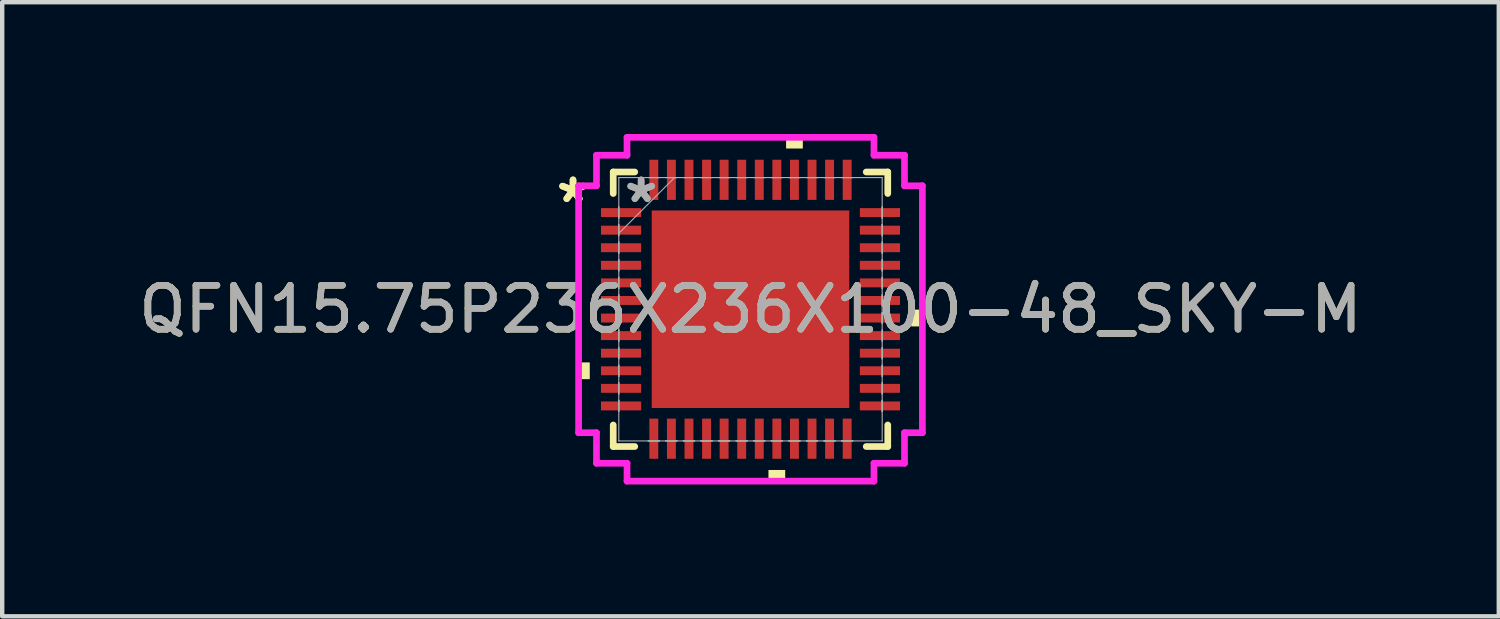
<source format=kicad_pcb>
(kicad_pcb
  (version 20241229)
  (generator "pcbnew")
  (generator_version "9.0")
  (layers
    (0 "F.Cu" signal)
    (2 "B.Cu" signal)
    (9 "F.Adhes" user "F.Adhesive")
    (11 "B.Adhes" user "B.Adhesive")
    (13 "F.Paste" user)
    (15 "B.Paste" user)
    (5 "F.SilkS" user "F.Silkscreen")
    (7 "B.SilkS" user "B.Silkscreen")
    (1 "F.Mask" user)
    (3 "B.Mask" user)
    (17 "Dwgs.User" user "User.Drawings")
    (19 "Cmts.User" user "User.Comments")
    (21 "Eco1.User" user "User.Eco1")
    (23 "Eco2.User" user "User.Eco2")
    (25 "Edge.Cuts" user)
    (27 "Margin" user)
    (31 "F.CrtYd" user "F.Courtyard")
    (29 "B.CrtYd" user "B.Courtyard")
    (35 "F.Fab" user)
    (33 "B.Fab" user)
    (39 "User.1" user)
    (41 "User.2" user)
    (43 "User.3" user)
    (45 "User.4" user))
  (footprint "QFN15.75P236X236X100-48_SKY-M"
    (layer "F.Cu")
    (at 14.03 3.988)
    (property "Reference" "QFN15.75P236X236X100-48_SKY-M" (at 0 0 0) (unlocked yes) (layer "F.SilkS") (effects (font (size 1 1) (thickness 0.15))))
    (attr smd)
    (fp_line (start -3.124 -3.124) (end -3.124 -2.634) (stroke (width 0.152) (type solid)) (layer "F.SilkS"))
    (fp_line (start -3.124 2.634) (end -3.124 3.124) (stroke (width 0.152) (type solid)) (layer "F.SilkS"))
    (fp_line (start -3.124 3.124) (end -2.634 3.124) (stroke (width 0.152) (type solid)) (layer "F.SilkS"))
    (fp_line (start -2.634 -3.124) (end -3.124 -3.124) (stroke (width 0.152) (type solid)) (layer "F.SilkS"))
    (fp_line (start 2.634 3.124) (end 3.124 3.124) (stroke (width 0.152) (type solid)) (layer "F.SilkS"))
    (fp_line (start 3.124 -3.124) (end 2.634 -3.124) (stroke (width 0.152) (type solid)) (layer "F.SilkS"))
    (fp_line (start 3.124 -2.634) (end 3.124 -3.124) (stroke (width 0.152) (type solid)) (layer "F.SilkS"))
    (fp_line (start 3.124 3.124) (end 3.124 2.634) (stroke (width 0.152) (type solid)) (layer "F.SilkS"))
    (fp_poly (pts (xy -3.912 1.21) (xy -3.912 1.591) (xy -3.658 1.591) (xy -3.658 1.21)) (stroke (width 0) (type solid)) (fill yes) (layer "F.SilkS"))
    (fp_poly (pts (xy 0.409 3.658) (xy 0.409 3.912) (xy 0.79 3.912) (xy 0.79 3.658)) (stroke (width 0) (type solid)) (fill yes) (layer "F.SilkS"))
    (fp_poly (pts (xy 0.81 -3.658) (xy 0.81 -3.912) (xy 1.191 -3.912) (xy 1.191 -3.658)) (stroke (width 0) (type solid)) (fill yes) (layer "F.SilkS"))
    (fp_poly (pts (xy 3.912 0.009) (xy 3.912 0.391) (xy 3.658 0.391) (xy 3.658 0.009)) (stroke (width 0) (type solid)) (fill yes) (layer "F.SilkS"))
    (fp_poly (pts (xy -2.148 -2.148) (xy -2.148 -0.849) (xy -0.849 -0.849) (xy -0.849 -2.148)) (stroke (width 0) (type solid)) (fill yes) (layer "F.Paste"))
    (fp_poly (pts (xy -2.148 -0.649) (xy -2.148 0.649) (xy -0.849 0.649) (xy -0.849 -0.649)) (stroke (width 0) (type solid)) (fill yes) (layer "F.Paste"))
    (fp_poly (pts (xy -2.148 0.849) (xy -2.148 2.148) (xy -0.849 2.148) (xy -0.849 0.849)) (stroke (width 0) (type solid)) (fill yes) (layer "F.Paste"))
    (fp_poly (pts (xy -0.649 -2.148) (xy -0.649 -0.849) (xy 0.649 -0.849) (xy 0.649 -2.148)) (stroke (width 0) (type solid)) (fill yes) (layer "F.Paste"))
    (fp_poly (pts (xy -0.649 -0.649) (xy -0.649 0.649) (xy 0.649 0.649) (xy 0.649 -0.649)) (stroke (width 0) (type solid)) (fill yes) (layer "F.Paste"))
    (fp_poly (pts (xy -0.649 0.849) (xy -0.649 2.148) (xy 0.649 2.148) (xy 0.649 0.849)) (stroke (width 0) (type solid)) (fill yes) (layer "F.Paste"))
    (fp_poly (pts (xy 0.849 -2.148) (xy 0.849 -0.849) (xy 2.148 -0.849) (xy 2.148 -2.148)) (stroke (width 0) (type solid)) (fill yes) (layer "F.Paste"))
    (fp_poly (pts (xy 0.849 -0.649) (xy 0.849 0.649) (xy 2.148 0.649) (xy 2.148 -0.649)) (stroke (width 0) (type solid)) (fill yes) (layer "F.Paste"))
    (fp_poly (pts (xy 0.849 0.849) (xy 0.849 2.148) (xy 2.148 2.148) (xy 2.148 0.849)) (stroke (width 0) (type solid)) (fill yes) (layer "F.Paste"))
    (fp_line (start -3.912 -2.81) (end -3.505 -2.81) (stroke (width 0.152) (type solid)) (layer "F.CrtYd"))
    (fp_line (start -3.912 2.81) (end -3.912 -2.81) (stroke (width 0.152) (type solid)) (layer "F.CrtYd"))
    (fp_line (start -3.505 -3.505) (end -2.81 -3.505) (stroke (width 0.152) (type solid)) (layer "F.CrtYd"))
    (fp_line (start -3.505 -2.81) (end -3.505 -3.505) (stroke (width 0.152) (type solid)) (layer "F.CrtYd"))
    (fp_line (start -3.505 2.81) (end -3.912 2.81) (stroke (width 0.152) (type solid)) (layer "F.CrtYd"))
    (fp_line (start -3.505 3.505) (end -3.505 2.81) (stroke (width 0.152) (type solid)) (layer "F.CrtYd"))
    (fp_line (start -2.81 -3.912) (end 2.81 -3.912) (stroke (width 0.152) (type solid)) (layer "F.CrtYd"))
    (fp_line (start -2.81 -3.505) (end -2.81 -3.912) (stroke (width 0.152) (type solid)) (layer "F.CrtYd"))
    (fp_line (start -2.81 3.505) (end -3.505 3.505) (stroke (width 0.152) (type solid)) (layer "F.CrtYd"))
    (fp_line (start -2.81 3.912) (end -2.81 3.505) (stroke (width 0.152) (type solid)) (layer "F.CrtYd"))
    (fp_line (start 2.81 -3.912) (end 2.81 -3.505) (stroke (width 0.152) (type solid)) (layer "F.CrtYd"))
    (fp_line (start 2.81 -3.505) (end 3.505 -3.505) (stroke (width 0.152) (type solid)) (layer "F.CrtYd"))
    (fp_line (start 2.81 3.505) (end 2.81 3.912) (stroke (width 0.152) (type solid)) (layer "F.CrtYd"))
    (fp_line (start 2.81 3.912) (end -2.81 3.912) (stroke (width 0.152) (type solid)) (layer "F.CrtYd"))
    (fp_line (start 3.505 -3.505) (end 3.505 -2.81) (stroke (width 0.152) (type solid)) (layer "F.CrtYd"))
    (fp_line (start 3.505 -2.81) (end 3.912 -2.81) (stroke (width 0.152) (type solid)) (layer "F.CrtYd"))
    (fp_line (start 3.505 2.81) (end 3.505 3.505) (stroke (width 0.152) (type solid)) (layer "F.CrtYd"))
    (fp_line (start 3.505 3.505) (end 2.81 3.505) (stroke (width 0.152) (type solid)) (layer "F.CrtYd"))
    (fp_line (start 3.912 -2.81) (end 3.912 2.81) (stroke (width 0.152) (type solid)) (layer "F.CrtYd"))
    (fp_line (start 3.912 2.81) (end 3.505 2.81) (stroke (width 0.152) (type solid)) (layer "F.CrtYd"))
    (fp_line (start -2.997 -2.997) (end -2.997 -2.997) (stroke (width 0.025) (type solid)) (layer "F.Fab"))
    (fp_line (start -2.997 -2.997) (end -2.997 2.997) (stroke (width 0.025) (type solid)) (layer "F.Fab"))
    (fp_line (start -2.997 -2.327) (end -2.997 -2.327) (stroke (width 0.025) (type solid)) (layer "F.Fab"))
    (fp_line (start -2.997 -2.327) (end -2.997 -2.073) (stroke (width 0.025) (type solid)) (layer "F.Fab"))
    (fp_line (start -2.997 -2.073) (end -2.997 -2.327) (stroke (width 0.025) (type solid)) (layer "F.Fab"))
    (fp_line (start -2.997 -2.073) (end -2.997 -2.073) (stroke (width 0.025) (type solid)) (layer "F.Fab"))
    (fp_line (start -2.997 -1.927) (end -2.997 -1.927) (stroke (width 0.025) (type solid)) (layer "F.Fab"))
    (fp_line (start -2.997 -1.927) (end -2.997 -1.673) (stroke (width 0.025) (type solid)) (layer "F.Fab"))
    (fp_line (start -2.997 -1.727) (end -1.727 -2.997) (stroke (width 0.025) (type solid)) (layer "F.Fab"))
    (fp_line (start -2.997 -1.673) (end -2.997 -1.927) (stroke (width 0.025) (type solid)) (layer "F.Fab"))
    (fp_line (start -2.997 -1.673) (end -2.997 -1.673) (stroke (width 0.025) (type solid)) (layer "F.Fab"))
    (fp_line (start -2.997 -1.527) (end -2.997 -1.527) (stroke (width 0.025) (type solid)) (layer "F.Fab"))
    (fp_line (start -2.997 -1.527) (end -2.997 -1.273) (stroke (width 0.025) (type solid)) (layer "F.Fab"))
    (fp_line (start -2.997 -1.273) (end -2.997 -1.527) (stroke (width 0.025) (type solid)) (layer "F.Fab"))
    (fp_line (start -2.997 -1.273) (end -2.997 -1.273) (stroke (width 0.025) (type solid)) (layer "F.Fab"))
    (fp_line (start -2.997 -1.127) (end -2.997 -1.127) (stroke (width 0.025) (type solid)) (layer "F.Fab"))
    (fp_line (start -2.997 -1.127) (end -2.997 -0.873) (stroke (width 0.025) (type solid)) (layer "F.Fab"))
    (fp_line (start -2.997 -0.873) (end -2.997 -1.127) (stroke (width 0.025) (type solid)) (layer "F.Fab"))
    (fp_line (start -2.997 -0.873) (end -2.997 -0.873) (stroke (width 0.025) (type solid)) (layer "F.Fab"))
    (fp_line (start -2.997 -0.727) (end -2.997 -0.727) (stroke (width 0.025) (type solid)) (layer "F.Fab"))
    (fp_line (start -2.997 -0.727) (end -2.997 -0.473) (stroke (width 0.025) (type solid)) (layer "F.Fab"))
    (fp_line (start -2.997 -0.473) (end -2.997 -0.727) (stroke (width 0.025) (type solid)) (layer "F.Fab"))
    (fp_line (start -2.997 -0.473) (end -2.997 -0.473) (stroke (width 0.025) (type solid)) (layer "F.Fab"))
    (fp_line (start -2.997 -0.327) (end -2.997 -0.327) (stroke (width 0.025) (type solid)) (layer "F.Fab"))
    (fp_line (start -2.997 -0.327) (end -2.997 -0.073) (stroke (width 0.025) (type solid)) (layer "F.Fab"))
    (fp_line (start -2.997 -0.073) (end -2.997 -0.327) (stroke (width 0.025) (type solid)) (layer "F.Fab"))
    (fp_line (start -2.997 -0.073) (end -2.997 -0.073) (stroke (width 0.025) (type solid)) (layer "F.Fab"))
    (fp_line (start -2.997 0.073) (end -2.997 0.073) (stroke (width 0.025) (type solid)) (layer "F.Fab"))
    (fp_line (start -2.997 0.073) (end -2.997 0.327) (stroke (width 0.025) (type solid)) (layer "F.Fab"))
    (fp_line (start -2.997 0.327) (end -2.997 0.073) (stroke (width 0.025) (type solid)) (layer "F.Fab"))
    (fp_line (start -2.997 0.327) (end -2.997 0.327) (stroke (width 0.025) (type solid)) (layer "F.Fab"))
    (fp_line (start -2.997 0.473) (end -2.997 0.473) (stroke (width 0.025) (type solid)) (layer "F.Fab"))
    (fp_line (start -2.997 0.473) (end -2.997 0.727) (stroke (width 0.025) (type solid)) (layer "F.Fab"))
    (fp_line (start -2.997 0.727) (end -2.997 0.473) (stroke (width 0.025) (type solid)) (layer "F.Fab"))
    (fp_line (start -2.997 0.727) (end -2.997 0.727) (stroke (width 0.025) (type solid)) (layer "F.Fab"))
    (fp_line (start -2.997 0.873) (end -2.997 0.873) (stroke (width 0.025) (type solid)) (layer "F.Fab"))
    (fp_line (start -2.997 0.873) (end -2.997 1.127) (stroke (width 0.025) (type solid)) (layer "F.Fab"))
    (fp_line (start -2.997 1.127) (end -2.997 0.873) (stroke (width 0.025) (type solid)) (layer "F.Fab"))
    (fp_line (start -2.997 1.127) (end -2.997 1.127) (stroke (width 0.025) (type solid)) (layer "F.Fab"))
    (fp_line (start -2.997 1.273) (end -2.997 1.273) (stroke (width 0.025) (type solid)) (layer "F.Fab"))
    (fp_line (start -2.997 1.273) (end -2.997 1.527) (stroke (width 0.025) (type solid)) (layer "F.Fab"))
    (fp_line (start -2.997 1.527) (end -2.997 1.273) (stroke (width 0.025) (type solid)) (layer "F.Fab"))
    (fp_line (start -2.997 1.527) (end -2.997 1.527) (stroke (width 0.025) (type solid)) (layer "F.Fab"))
    (fp_line (start -2.997 1.673) (end -2.997 1.673) (stroke (width 0.025) (type solid)) (layer "F.Fab"))
    (fp_line (start -2.997 1.673) (end -2.997 1.927) (stroke (width 0.025) (type solid)) (layer "F.Fab"))
    (fp_line (start -2.997 1.927) (end -2.997 1.673) (stroke (width 0.025) (type solid)) (layer "F.Fab"))
    (fp_line (start -2.997 1.927) (end -2.997 1.927) (stroke (width 0.025) (type solid)) (layer "F.Fab"))
    (fp_line (start -2.997 2.073) (end -2.997 2.073) (stroke (width 0.025) (type solid)) (layer "F.Fab"))
    (fp_line (start -2.997 2.073) (end -2.997 2.327) (stroke (width 0.025) (type solid)) (layer "F.Fab"))
    (fp_line (start -2.997 2.327) (end -2.997 2.073) (stroke (width 0.025) (type solid)) (layer "F.Fab"))
    (fp_line (start -2.997 2.327) (end -2.997 2.327) (stroke (width 0.025) (type solid)) (layer "F.Fab"))
    (fp_line (start -2.997 2.997) (end -2.997 2.997) (stroke (width 0.025) (type solid)) (layer "F.Fab"))
    (fp_line (start -2.997 2.997) (end 2.997 2.997) (stroke (width 0.025) (type solid)) (layer "F.Fab"))
    (fp_line (start -2.327 -2.997) (end -2.327 -2.997) (stroke (width 0.025) (type solid)) (layer "F.Fab"))
    (fp_line (start -2.327 -2.997) (end -2.073 -2.997) (stroke (width 0.025) (type solid)) (layer "F.Fab"))
    (fp_line (start -2.327 2.997) (end -2.327 2.997) (stroke (width 0.025) (type solid)) (layer "F.Fab"))
    (fp_line (start -2.327 2.997) (end -2.073 2.997) (stroke (width 0.025) (type solid)) (layer "F.Fab"))
    (fp_line (start -2.073 -2.997) (end -2.327 -2.997) (stroke (width 0.025) (type solid)) (layer "F.Fab"))
    (fp_line (start -2.073 -2.997) (end -2.073 -2.997) (stroke (width 0.025) (type solid)) (layer "F.Fab"))
    (fp_line (start -2.073 2.997) (end -2.327 2.997) (stroke (width 0.025) (type solid)) (layer "F.Fab"))
    (fp_line (start -2.073 2.997) (end -2.073 2.997) (stroke (width 0.025) (type solid)) (layer "F.Fab"))
    (fp_line (start -1.927 -2.997) (end -1.927 -2.997) (stroke (width 0.025) (type solid)) (layer "F.Fab"))
    (fp_line (start -1.927 -2.997) (end -1.673 -2.997) (stroke (width 0.025) (type solid)) (layer "F.Fab"))
    (fp_line (start -1.927 2.997) (end -1.927 2.997) (stroke (width 0.025) (type solid)) (layer "F.Fab"))
    (fp_line (start -1.927 2.997) (end -1.673 2.997) (stroke (width 0.025) (type solid)) (layer "F.Fab"))
    (fp_line (start -1.673 -2.997) (end -1.927 -2.997) (stroke (width 0.025) (type solid)) (layer "F.Fab"))
    (fp_line (start -1.673 -2.997) (end -1.673 -2.997) (stroke (width 0.025) (type solid)) (layer "F.Fab"))
    (fp_line (start -1.673 2.997) (end -1.927 2.997) (stroke (width 0.025) (type solid)) (layer "F.Fab"))
    (fp_line (start -1.673 2.997) (end -1.673 2.997) (stroke (width 0.025) (type solid)) (layer "F.Fab"))
    (fp_line (start -1.527 -2.997) (end -1.527 -2.997) (stroke (width 0.025) (type solid)) (layer "F.Fab"))
    (fp_line (start -1.527 -2.997) (end -1.273 -2.997) (stroke (width 0.025) (type solid)) (layer "F.Fab"))
    (fp_line (start -1.527 2.997) (end -1.527 2.997) (stroke (width 0.025) (type solid)) (layer "F.Fab"))
    (fp_line (start -1.527 2.997) (end -1.273 2.997) (stroke (width 0.025) (type solid)) (layer "F.Fab"))
    (fp_line (start -1.273 -2.997) (end -1.527 -2.997) (stroke (width 0.025) (type solid)) (layer "F.Fab"))
    (fp_line (start -1.273 -2.997) (end -1.273 -2.997) (stroke (width 0.025) (type solid)) (layer "F.Fab"))
    (fp_line (start -1.273 2.997) (end -1.527 2.997) (stroke (width 0.025) (type solid)) (layer "F.Fab"))
    (fp_line (start -1.273 2.997) (end -1.273 2.997) (stroke (width 0.025) (type solid)) (layer "F.Fab"))
    (fp_line (start -1.127 -2.997) (end -1.127 -2.997) (stroke (width 0.025) (type solid)) (layer "F.Fab"))
    (fp_line (start -1.127 -2.997) (end -0.873 -2.997) (stroke (width 0.025) (type solid)) (layer "F.Fab"))
    (fp_line (start -1.127 2.997) (end -1.127 2.997) (stroke (width 0.025) (type solid)) (layer "F.Fab"))
    (fp_line (start -1.127 2.997) (end -0.873 2.997) (stroke (width 0.025) (type solid)) (layer "F.Fab"))
    (fp_line (start -0.873 -2.997) (end -1.127 -2.997) (stroke (width 0.025) (type solid)) (layer "F.Fab"))
    (fp_line (start -0.873 -2.997) (end -0.873 -2.997) (stroke (width 0.025) (type solid)) (layer "F.Fab"))
    (fp_line (start -0.873 2.997) (end -1.127 2.997) (stroke (width 0.025) (type solid)) (layer "F.Fab"))
    (fp_line (start -0.873 2.997) (end -0.873 2.997) (stroke (width 0.025) (type solid)) (layer "F.Fab"))
    (fp_line (start -0.727 -2.997) (end -0.727 -2.997) (stroke (width 0.025) (type solid)) (layer "F.Fab"))
    (fp_line (start -0.727 -2.997) (end -0.473 -2.997) (stroke (width 0.025) (type solid)) (layer "F.Fab"))
    (fp_line (start -0.727 2.997) (end -0.727 2.997) (stroke (width 0.025) (type solid)) (layer "F.Fab"))
    (fp_line (start -0.727 2.997) (end -0.473 2.997) (stroke (width 0.025) (type solid)) (layer "F.Fab"))
    (fp_line (start -0.473 -2.997) (end -0.727 -2.997) (stroke (width 0.025) (type solid)) (layer "F.Fab"))
    (fp_line (start -0.473 -2.997) (end -0.473 -2.997) (stroke (width 0.025) (type solid)) (layer "F.Fab"))
    (fp_line (start -0.473 2.997) (end -0.727 2.997) (stroke (width 0.025) (type solid)) (layer "F.Fab"))
    (fp_line (start -0.473 2.997) (end -0.473 2.997) (stroke (width 0.025) (type solid)) (layer "F.Fab"))
    (fp_line (start -0.327 -2.997) (end -0.327 -2.997) (stroke (width 0.025) (type solid)) (layer "F.Fab"))
    (fp_line (start -0.327 -2.997) (end -0.073 -2.997) (stroke (width 0.025) (type solid)) (layer "F.Fab"))
    (fp_line (start -0.327 2.997) (end -0.327 2.997) (stroke (width 0.025) (type solid)) (layer "F.Fab"))
    (fp_line (start -0.327 2.997) (end -0.073 2.997) (stroke (width 0.025) (type solid)) (layer "F.Fab"))
    (fp_line (start -0.073 -2.997) (end -0.327 -2.997) (stroke (width 0.025) (type solid)) (layer "F.Fab"))
    (fp_line (start -0.073 -2.997) (end -0.073 -2.997) (stroke (width 0.025) (type solid)) (layer "F.Fab"))
    (fp_line (start -0.073 2.997) (end -0.327 2.997) (stroke (width 0.025) (type solid)) (layer "F.Fab"))
    (fp_line (start -0.073 2.997) (end -0.073 2.997) (stroke (width 0.025) (type solid)) (layer "F.Fab"))
    (fp_line (start 0.073 -2.997) (end 0.073 -2.997) (stroke (width 0.025) (type solid)) (layer "F.Fab"))
    (fp_line (start 0.073 -2.997) (end 0.327 -2.997) (stroke (width 0.025) (type solid)) (layer "F.Fab"))
    (fp_line (start 0.073 2.997) (end 0.073 2.997) (stroke (width 0.025) (type solid)) (layer "F.Fab"))
    (fp_line (start 0.073 2.997) (end 0.327 2.997) (stroke (width 0.025) (type solid)) (layer "F.Fab"))
    (fp_line (start 0.327 -2.997) (end 0.073 -2.997) (stroke (width 0.025) (type solid)) (layer "F.Fab"))
    (fp_line (start 0.327 -2.997) (end 0.327 -2.997) (stroke (width 0.025) (type solid)) (layer "F.Fab"))
    (fp_line (start 0.327 2.997) (end 0.073 2.997) (stroke (width 0.025) (type solid)) (layer "F.Fab"))
    (fp_line (start 0.327 2.997) (end 0.327 2.997) (stroke (width 0.025) (type solid)) (layer "F.Fab"))
    (fp_line (start 0.473 -2.997) (end 0.473 -2.997) (stroke (width 0.025) (type solid)) (layer "F.Fab"))
    (fp_line (start 0.473 -2.997) (end 0.727 -2.997) (stroke (width 0.025) (type solid)) (layer "F.Fab"))
    (fp_line (start 0.473 2.997) (end 0.473 2.997) (stroke (width 0.025) (type solid)) (layer "F.Fab"))
    (fp_line (start 0.473 2.997) (end 0.727 2.997) (stroke (width 0.025) (type solid)) (layer "F.Fab"))
    (fp_line (start 0.727 -2.997) (end 0.473 -2.997) (stroke (width 0.025) (type solid)) (layer "F.Fab"))
    (fp_line (start 0.727 -2.997) (end 0.727 -2.997) (stroke (width 0.025) (type solid)) (layer "F.Fab"))
    (fp_line (start 0.727 2.997) (end 0.473 2.997) (stroke (width 0.025) (type solid)) (layer "F.Fab"))
    (fp_line (start 0.727 2.997) (end 0.727 2.997) (stroke (width 0.025) (type solid)) (layer "F.Fab"))
    (fp_line (start 0.873 -2.997) (end 0.873 -2.997) (stroke (width 0.025) (type solid)) (layer "F.Fab"))
    (fp_line (start 0.873 -2.997) (end 1.127 -2.997) (stroke (width 0.025) (type solid)) (layer "F.Fab"))
    (fp_line (start 0.873 2.997) (end 0.873 2.997) (stroke (width 0.025) (type solid)) (layer "F.Fab"))
    (fp_line (start 0.873 2.997) (end 1.127 2.997) (stroke (width 0.025) (type solid)) (layer "F.Fab"))
    (fp_line (start 1.127 -2.997) (end 0.873 -2.997) (stroke (width 0.025) (type solid)) (layer "F.Fab"))
    (fp_line (start 1.127 -2.997) (end 1.127 -2.997) (stroke (width 0.025) (type solid)) (layer "F.Fab"))
    (fp_line (start 1.127 2.997) (end 0.873 2.997) (stroke (width 0.025) (type solid)) (layer "F.Fab"))
    (fp_line (start 1.127 2.997) (end 1.127 2.997) (stroke (width 0.025) (type solid)) (layer "F.Fab"))
    (fp_line (start 1.273 -2.997) (end 1.273 -2.997) (stroke (width 0.025) (type solid)) (layer "F.Fab"))
    (fp_line (start 1.273 -2.997) (end 1.527 -2.997) (stroke (width 0.025) (type solid)) (layer "F.Fab"))
    (fp_line (start 1.273 2.997) (end 1.273 2.997) (stroke (width 0.025) (type solid)) (layer "F.Fab"))
    (fp_line (start 1.273 2.997) (end 1.527 2.997) (stroke (width 0.025) (type solid)) (layer "F.Fab"))
    (fp_line (start 1.527 -2.997) (end 1.273 -2.997) (stroke (width 0.025) (type solid)) (layer "F.Fab"))
    (fp_line (start 1.527 -2.997) (end 1.527 -2.997) (stroke (width 0.025) (type solid)) (layer "F.Fab"))
    (fp_line (start 1.527 2.997) (end 1.273 2.997) (stroke (width 0.025) (type solid)) (layer "F.Fab"))
    (fp_line (start 1.527 2.997) (end 1.527 2.997) (stroke (width 0.025) (type solid)) (layer "F.Fab"))
    (fp_line (start 1.673 -2.997) (end 1.673 -2.997) (stroke (width 0.025) (type solid)) (layer "F.Fab"))
    (fp_line (start 1.673 -2.997) (end 1.927 -2.997) (stroke (width 0.025) (type solid)) (layer "F.Fab"))
    (fp_line (start 1.673 2.997) (end 1.673 2.997) (stroke (width 0.025) (type solid)) (layer "F.Fab"))
    (fp_line (start 1.673 2.997) (end 1.927 2.997) (stroke (width 0.025) (type solid)) (layer "F.Fab"))
    (fp_line (start 1.927 -2.997) (end 1.673 -2.997) (stroke (width 0.025) (type solid)) (layer "F.Fab"))
    (fp_line (start 1.927 -2.997) (end 1.927 -2.997) (stroke (width 0.025) (type solid)) (layer "F.Fab"))
    (fp_line (start 1.927 2.997) (end 1.673 2.997) (stroke (width 0.025) (type solid)) (layer "F.Fab"))
    (fp_line (start 1.927 2.997) (end 1.927 2.997) (stroke (width 0.025) (type solid)) (layer "F.Fab"))
    (fp_line (start 2.073 -2.997) (end 2.073 -2.997) (stroke (width 0.025) (type solid)) (layer "F.Fab"))
    (fp_line (start 2.073 -2.997) (end 2.327 -2.997) (stroke (width 0.025) (type solid)) (layer "F.Fab"))
    (fp_line (start 2.073 2.997) (end 2.073 2.997) (stroke (width 0.025) (type solid)) (layer "F.Fab"))
    (fp_line (start 2.073 2.997) (end 2.327 2.997) (stroke (width 0.025) (type solid)) (layer "F.Fab"))
    (fp_line (start 2.327 -2.997) (end 2.073 -2.997) (stroke (width 0.025) (type solid)) (layer "F.Fab"))
    (fp_line (start 2.327 -2.997) (end 2.327 -2.997) (stroke (width 0.025) (type solid)) (layer "F.Fab"))
    (fp_line (start 2.327 2.997) (end 2.073 2.997) (stroke (width 0.025) (type solid)) (layer "F.Fab"))
    (fp_line (start 2.327 2.997) (end 2.327 2.997) (stroke (width 0.025) (type solid)) (layer "F.Fab"))
    (fp_line (start 2.997 -2.997) (end -2.997 -2.997) (stroke (width 0.025) (type solid)) (layer "F.Fab"))
    (fp_line (start 2.997 -2.997) (end 2.997 -2.997) (stroke (width 0.025) (type solid)) (layer "F.Fab"))
    (fp_line (start 2.997 -2.327) (end 2.997 -2.327) (stroke (width 0.025) (type solid)) (layer "F.Fab"))
    (fp_line (start 2.997 -2.327) (end 2.997 -2.073) (stroke (width 0.025) (type solid)) (layer "F.Fab"))
    (fp_line (start 2.997 -2.073) (end 2.997 -2.327) (stroke (width 0.025) (type solid)) (layer "F.Fab"))
    (fp_line (start 2.997 -2.073) (end 2.997 -2.073) (stroke (width 0.025) (type solid)) (layer "F.Fab"))
    (fp_line (start 2.997 -1.927) (end 2.997 -1.927) (stroke (width 0.025) (type solid)) (layer "F.Fab"))
    (fp_line (start 2.997 -1.927) (end 2.997 -1.673) (stroke (width 0.025) (type solid)) (layer "F.Fab"))
    (fp_line (start 2.997 -1.673) (end 2.997 -1.927) (stroke (width 0.025) (type solid)) (layer "F.Fab"))
    (fp_line (start 2.997 -1.673) (end 2.997 -1.673) (stroke (width 0.025) (type solid)) (layer "F.Fab"))
    (fp_line (start 2.997 -1.527) (end 2.997 -1.527) (stroke (width 0.025) (type solid)) (layer "F.Fab"))
    (fp_line (start 2.997 -1.527) (end 2.997 -1.273) (stroke (width 0.025) (type solid)) (layer "F.Fab"))
    (fp_line (start 2.997 -1.273) (end 2.997 -1.527) (stroke (width 0.025) (type solid)) (layer "F.Fab"))
    (fp_line (start 2.997 -1.273) (end 2.997 -1.273) (stroke (width 0.025) (type solid)) (layer "F.Fab"))
    (fp_line (start 2.997 -1.127) (end 2.997 -1.127) (stroke (width 0.025) (type solid)) (layer "F.Fab"))
    (fp_line (start 2.997 -1.127) (end 2.997 -0.873) (stroke (width 0.025) (type solid)) (layer "F.Fab"))
    (fp_line (start 2.997 -0.873) (end 2.997 -1.127) (stroke (width 0.025) (type solid)) (layer "F.Fab"))
    (fp_line (start 2.997 -0.873) (end 2.997 -0.873) (stroke (width 0.025) (type solid)) (layer "F.Fab"))
    (fp_line (start 2.997 -0.727) (end 2.997 -0.727) (stroke (width 0.025) (type solid)) (layer "F.Fab"))
    (fp_line (start 2.997 -0.727) (end 2.997 -0.473) (stroke (width 0.025) (type solid)) (layer "F.Fab"))
    (fp_line (start 2.997 -0.473) (end 2.997 -0.727) (stroke (width 0.025) (type solid)) (layer "F.Fab"))
    (fp_line (start 2.997 -0.473) (end 2.997 -0.473) (stroke (width 0.025) (type solid)) (layer "F.Fab"))
    (fp_line (start 2.997 -0.327) (end 2.997 -0.327) (stroke (width 0.025) (type solid)) (layer "F.Fab"))
    (fp_line (start 2.997 -0.327) (end 2.997 -0.073) (stroke (width 0.025) (type solid)) (layer "F.Fab"))
    (fp_line (start 2.997 -0.073) (end 2.997 -0.327) (stroke (width 0.025) (type solid)) (layer "F.Fab"))
    (fp_line (start 2.997 -0.073) (end 2.997 -0.073) (stroke (width 0.025) (type solid)) (layer "F.Fab"))
    (fp_line (start 2.997 0.073) (end 2.997 0.073) (stroke (width 0.025) (type solid)) (layer "F.Fab"))
    (fp_line (start 2.997 0.073) (end 2.997 0.327) (stroke (width 0.025) (type solid)) (layer "F.Fab"))
    (fp_line (start 2.997 0.327) (end 2.997 0.073) (stroke (width 0.025) (type solid)) (layer "F.Fab"))
    (fp_line (start 2.997 0.327) (end 2.997 0.327) (stroke (width 0.025) (type solid)) (layer "F.Fab"))
    (fp_line (start 2.997 0.473) (end 2.997 0.473) (stroke (width 0.025) (type solid)) (layer "F.Fab"))
    (fp_line (start 2.997 0.473) (end 2.997 0.727) (stroke (width 0.025) (type solid)) (layer "F.Fab"))
    (fp_line (start 2.997 0.727) (end 2.997 0.473) (stroke (width 0.025) (type solid)) (layer "F.Fab"))
    (fp_line (start 2.997 0.727) (end 2.997 0.727) (stroke (width 0.025) (type solid)) (layer "F.Fab"))
    (fp_line (start 2.997 0.873) (end 2.997 0.873) (stroke (width 0.025) (type solid)) (layer "F.Fab"))
    (fp_line (start 2.997 0.873) (end 2.997 1.127) (stroke (width 0.025) (type solid)) (layer "F.Fab"))
    (fp_line (start 2.997 1.127) (end 2.997 0.873) (stroke (width 0.025) (type solid)) (layer "F.Fab"))
    (fp_line (start 2.997 1.127) (end 2.997 1.127) (stroke (width 0.025) (type solid)) (layer "F.Fab"))
    (fp_line (start 2.997 1.273) (end 2.997 1.273) (stroke (width 0.025) (type solid)) (layer "F.Fab"))
    (fp_line (start 2.997 1.273) (end 2.997 1.527) (stroke (width 0.025) (type solid)) (layer "F.Fab"))
    (fp_line (start 2.997 1.527) (end 2.997 1.273) (stroke (width 0.025) (type solid)) (layer "F.Fab"))
    (fp_line (start 2.997 1.527) (end 2.997 1.527) (stroke (width 0.025) (type solid)) (layer "F.Fab"))
    (fp_line (start 2.997 1.673) (end 2.997 1.673) (stroke (width 0.025) (type solid)) (layer "F.Fab"))
    (fp_line (start 2.997 1.673) (end 2.997 1.927) (stroke (width 0.025) (type solid)) (layer "F.Fab"))
    (fp_line (start 2.997 1.927) (end 2.997 1.673) (stroke (width 0.025) (type solid)) (layer "F.Fab"))
    (fp_line (start 2.997 1.927) (end 2.997 1.927) (stroke (width 0.025) (type solid)) (layer "F.Fab"))
    (fp_line (start 2.997 2.073) (end 2.997 2.073) (stroke (width 0.025) (type solid)) (layer "F.Fab"))
    (fp_line (start 2.997 2.073) (end 2.997 2.327) (stroke (width 0.025) (type solid)) (layer "F.Fab"))
    (fp_line (start 2.997 2.327) (end 2.997 2.073) (stroke (width 0.025) (type solid)) (layer "F.Fab"))
    (fp_line (start 2.997 2.327) (end 2.997 2.327) (stroke (width 0.025) (type solid)) (layer "F.Fab"))
    (fp_line (start 2.997 2.997) (end 2.997 -2.997) (stroke (width 0.025) (type solid)) (layer "F.Fab"))
    (fp_line (start 2.997 2.997) (end 2.997 2.997) (stroke (width 0.025) (type solid)) (layer "F.Fab"))
    (fp_text user "*" (at -4.039 -2.4 0) (layer "F.SilkS") (effects (font (size 1 1) (thickness 0.15))))
    (fp_text user "*" (at -4.039 -2.4 0) (unlocked yes) (layer "F.SilkS") (effects (font (size 1 1) (thickness 0.15))))
    (fp_text user "${REFERENCE}" (at 0 0 0) (unlocked yes) (layer "F.Fab") (effects (font (size 1 1) (thickness 0.15))))
    (fp_text user "*" (at -2.489 -2.4 0) (layer "F.Fab") (effects (font (size 1 1) (thickness 0.15))))
    (fp_text user "*" (at -2.489 -2.4 0) (unlocked yes) (layer "F.Fab") (effects (font (size 1 1) (thickness 0.15))))
    (pad "1" smd rect (at -2.946 -2.2 90) (size 0.203 0.914) (layers "F.Cu" "F.Mask" "F.Paste"))
    (pad "2" smd rect (at -2.946 -1.8 90) (size 0.203 0.914) (layers "F.Cu" "F.Mask" "F.Paste"))
    (pad "3" smd rect (at -2.946 -1.4 90) (size 0.203 0.914) (layers "F.Cu" "F.Mask" "F.Paste"))
    (pad "4" smd rect (at -2.946 -1 90) (size 0.203 0.914) (layers "F.Cu" "F.Mask" "F.Paste"))
    (pad "5" smd rect (at -2.946 -0.6 90) (size 0.203 0.914) (layers "F.Cu" "F.Mask" "F.Paste"))
    (pad "6" smd rect (at -2.946 -0.2 90) (size 0.203 0.914) (layers "F.Cu" "F.Mask" "F.Paste"))
    (pad "7" smd rect (at -2.946 0.2 90) (size 0.203 0.914) (layers "F.Cu" "F.Mask" "F.Paste"))
    (pad "8" smd rect (at -2.946 0.6 90) (size 0.203 0.914) (layers "F.Cu" "F.Mask" "F.Paste"))
    (pad "9" smd rect (at -2.946 1 90) (size 0.203 0.914) (layers "F.Cu" "F.Mask" "F.Paste"))
    (pad "10" smd rect (at -2.946 1.4 90) (size 0.203 0.914) (layers "F.Cu" "F.Mask" "F.Paste"))
    (pad "11" smd rect (at -2.946 1.8 90) (size 0.203 0.914) (layers "F.Cu" "F.Mask" "F.Paste"))
    (pad "12" smd rect (at -2.946 2.2 90) (size 0.203 0.914) (layers "F.Cu" "F.Mask" "F.Paste"))
    (pad "13" smd rect (at -2.2 2.946) (size 0.203 0.914) (layers "F.Cu" "F.Mask" "F.Paste"))
    (pad "14" smd rect (at -1.8 2.946) (size 0.203 0.914) (layers "F.Cu" "F.Mask" "F.Paste"))
    (pad "15" smd rect (at -1.4 2.946) (size 0.203 0.914) (layers "F.Cu" "F.Mask" "F.Paste"))
    (pad "16" smd rect (at -1 2.946) (size 0.203 0.914) (layers "F.Cu" "F.Mask" "F.Paste"))
    (pad "17" smd rect (at -0.6 2.946) (size 0.203 0.914) (layers "F.Cu" "F.Mask" "F.Paste"))
    (pad "18" smd rect (at -0.2 2.946) (size 0.203 0.914) (layers "F.Cu" "F.Mask" "F.Paste"))
    (pad "19" smd rect (at 0.2 2.946) (size 0.203 0.914) (layers "F.Cu" "F.Mask" "F.Paste"))
    (pad "20" smd rect (at 0.6 2.946) (size 0.203 0.914) (layers "F.Cu" "F.Mask" "F.Paste"))
    (pad "21" smd rect (at 1 2.946) (size 0.203 0.914) (layers "F.Cu" "F.Mask" "F.Paste"))
    (pad "22" smd rect (at 1.4 2.946) (size 0.203 0.914) (layers "F.Cu" "F.Mask" "F.Paste"))
    (pad "23" smd rect (at 1.8 2.946) (size 0.203 0.914) (layers "F.Cu" "F.Mask" "F.Paste"))
    (pad "24" smd rect (at 2.2 2.946) (size 0.203 0.914) (layers "F.Cu" "F.Mask" "F.Paste"))
    (pad "25" smd rect (at 2.946 2.2 90) (size 0.203 0.914) (layers "F.Cu" "F.Mask" "F.Paste"))
    (pad "26" smd rect (at 2.946 1.8 90) (size 0.203 0.914) (layers "F.Cu" "F.Mask" "F.Paste"))
    (pad "27" smd rect (at 2.946 1.4 90) (size 0.203 0.914) (layers "F.Cu" "F.Mask" "F.Paste"))
    (pad "28" smd rect (at 2.946 1 90) (size 0.203 0.914) (layers "F.Cu" "F.Mask" "F.Paste"))
    (pad "29" smd rect (at 2.946 0.6 90) (size 0.203 0.914) (layers "F.Cu" "F.Mask" "F.Paste"))
    (pad "30" smd rect (at 2.946 0.2 90) (size 0.203 0.914) (layers "F.Cu" "F.Mask" "F.Paste"))
    (pad "31" smd rect (at 2.946 -0.2 90) (size 0.203 0.914) (layers "F.Cu" "F.Mask" "F.Paste"))
    (pad "32" smd rect (at 2.946 -0.6 90) (size 0.203 0.914) (layers "F.Cu" "F.Mask" "F.Paste"))
    (pad "33" smd rect (at 2.946 -1 90) (size 0.203 0.914) (layers "F.Cu" "F.Mask" "F.Paste"))
    (pad "34" smd rect (at 2.946 -1.4 90) (size 0.203 0.914) (layers "F.Cu" "F.Mask" "F.Paste"))
    (pad "35" smd rect (at 2.946 -1.8 90) (size 0.203 0.914) (layers "F.Cu" "F.Mask" "F.Paste"))
    (pad "36" smd rect (at 2.946 -2.2 90) (size 0.203 0.914) (layers "F.Cu" "F.Mask" "F.Paste"))
    (pad "37" smd rect (at 2.2 -2.946) (size 0.203 0.914) (layers "F.Cu" "F.Mask" "F.Paste"))
    (pad "38" smd rect (at 1.8 -2.946) (size 0.203 0.914) (layers "F.Cu" "F.Mask" "F.Paste"))
    (pad "39" smd rect (at 1.4 -2.946) (size 0.203 0.914) (layers "F.Cu" "F.Mask" "F.Paste"))
    (pad "40" smd rect (at 1 -2.946) (size 0.203 0.914) (layers "F.Cu" "F.Mask" "F.Paste"))
    (pad "41" smd rect (at 0.6 -2.946) (size 0.203 0.914) (layers "F.Cu" "F.Mask" "F.Paste"))
    (pad "42" smd rect (at 0.2 -2.946) (size 0.203 0.914) (layers "F.Cu" "F.Mask" "F.Paste"))
    (pad "43" smd rect (at -0.2 -2.946) (size 0.203 0.914) (layers "F.Cu" "F.Mask" "F.Paste"))
    (pad "44" smd rect (at -0.6 -2.946) (size 0.203 0.914) (layers "F.Cu" "F.Mask" "F.Paste"))
    (pad "45" smd rect (at -1 -2.946) (size 0.203 0.914) (layers "F.Cu" "F.Mask" "F.Paste"))
    (pad "46" smd rect (at -1.4 -2.946) (size 0.203 0.914) (layers "F.Cu" "F.Mask" "F.Paste"))
    (pad "47" smd rect (at -1.8 -2.946) (size 0.203 0.914) (layers "F.Cu" "F.Mask" "F.Paste"))
    (pad "48" smd rect (at -2.2 -2.946) (size 0.203 0.914) (layers "F.Cu" "F.Mask" "F.Paste"))
    (pad "49" smd rect (at 0 0) (size 4.496 4.496) (layers "F.Cu" "F.Mask" "F.Paste")))
  (gr_rect
    (start -3 -3)
    (end 31.06 10.976)
    (stroke (width 0.1) (type default))
    (fill no)
    (layer "Edge.Cuts")))
</source>
